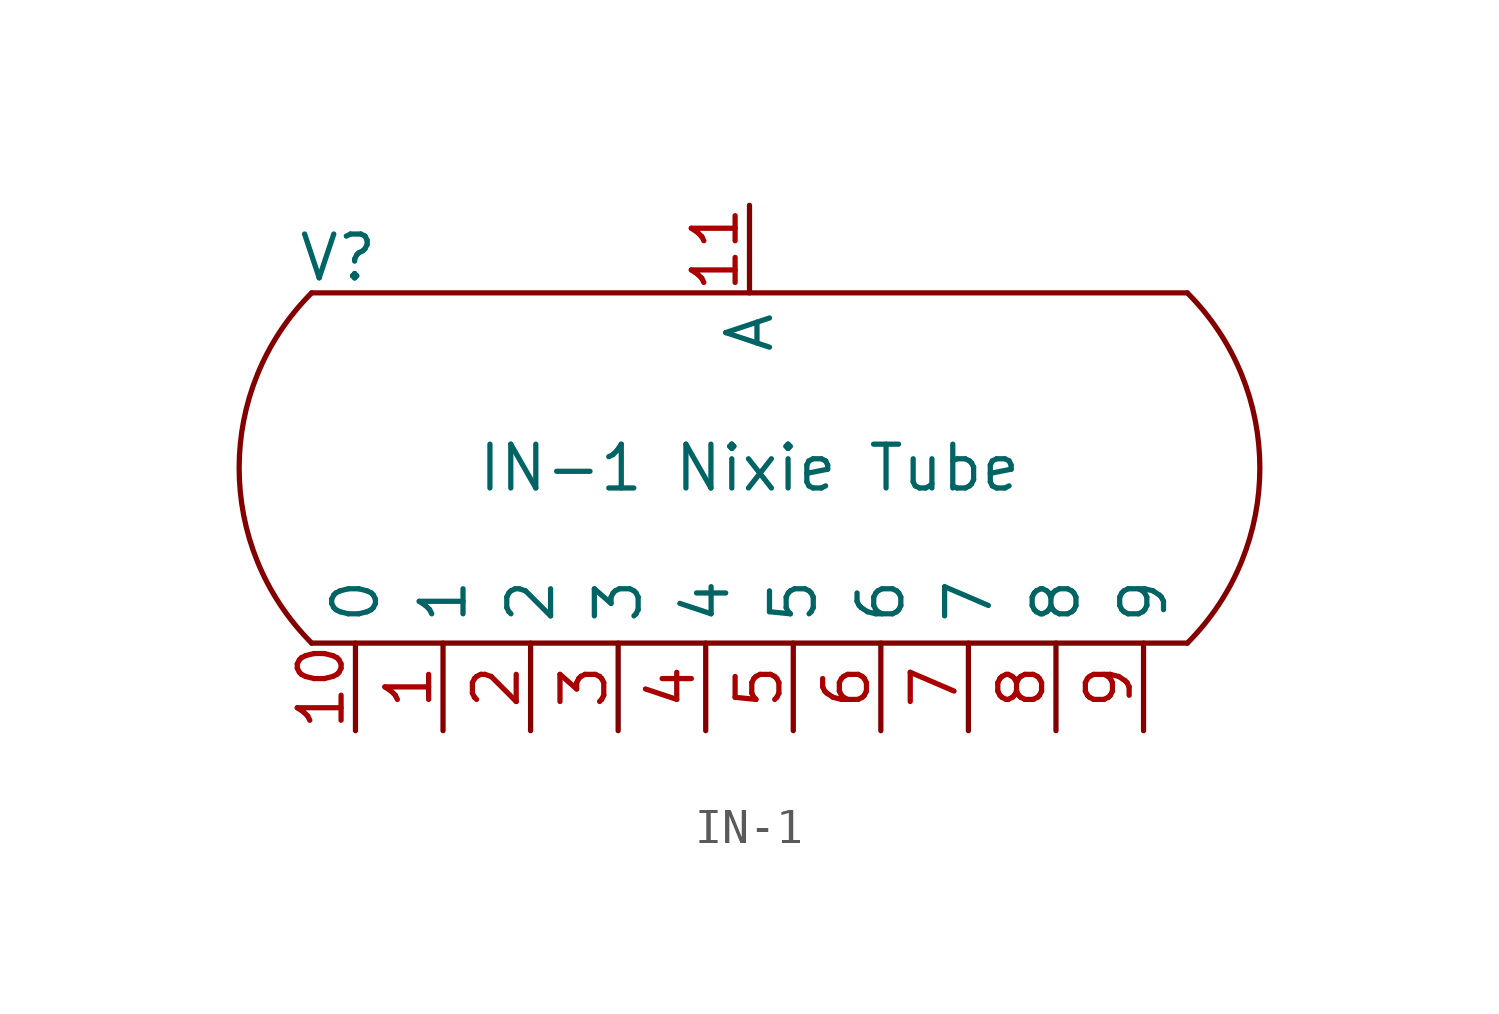
<source format=kicad_sym>
(kicad_symbol_lib
  (version 20231120)
  (generator "kicad_symbol_editor")
  (generator_version "8.0")
  (symbol "IN-1"
    (property "Reference" "V"
      (at -11.938 6.096 0)
      (do_not_autoplace)
      (effects (font (size 1.27 1.27))))
    (property "Value" "IN-1 Nixie Tube"
      (at 0 0 0)
      (do_not_autoplace)
      (effects (font (size 1.27 1.27))))
    (symbol "IN-1_0_1"
      (arc (start -12.7 5.08) (mid -14.8042 0) (end -12.7 -5.08) (stroke (width 0) (type default)) (fill (type none)))
      (polyline (pts (xy -12.7 -5.08) (xy 12.7 -5.08)) (stroke (width 0) (type default)) (fill (type none)))
      (polyline (pts (xy -12.7 5.08) (xy 12.7 5.08)) (stroke (width 0) (type default)) (fill (type none)))
      (arc (start 12.7 -5.08) (mid 14.8042 0) (end 12.7 5.08) (stroke (width 0) (type default)) (fill (type none))))
    (symbol "IN-1_1_1"
      (pin input line (at -8.89 -7.62 90) (length 2.54) (name "1" (effects (font (size 1.27 1.27)))) (number "1" (effects (font (size 1.27 1.27)))))
      (pin input line (at -11.43 -7.62 90) (length 2.54) (name "0" (effects (font (size 1.27 1.27)))) (number "10" (effects (font (size 1.27 1.27)))))
      (pin input line (at 0 7.62 270) (length 2.54) (name "A" (effects (font (size 1.27 1.27)))) (number "11" (effects (font (size 1.27 1.27)))))
      (pin input line (at -6.35 -7.62 90) (length 2.54) (name "2" (effects (font (size 1.27 1.27)))) (number "2" (effects (font (size 1.27 1.27)))))
      (pin input line (at -3.81 -7.62 90) (length 2.54) (name "3" (effects (font (size 1.27 1.27)))) (number "3" (effects (font (size 1.27 1.27)))))
      (pin input line (at -1.27 -7.62 90) (length 2.54) (name "4" (effects (font (size 1.27 1.27)))) (number "4" (effects (font (size 1.27 1.27)))))
      (pin input line (at 1.27 -7.62 90) (length 2.54) (name "5" (effects (font (size 1.27 1.27)))) (number "5" (effects (font (size 1.27 1.27)))))
      (pin input line (at 3.81 -7.62 90) (length 2.54) (name "6" (effects (font (size 1.27 1.27)))) (number "6" (effects (font (size 1.27 1.27)))))
      (pin input line (at 6.35 -7.62 90) (length 2.54) (name "7" (effects (font (size 1.27 1.27)))) (number "7" (effects (font (size 1.27 1.27)))))
      (pin input line (at 8.89 -7.62 90) (length 2.54) (name "8" (effects (font (size 1.27 1.27)))) (number "8" (effects (font (size 1.27 1.27)))))
      (pin input line (at 11.43 -7.62 90) (length 2.54) (name "9" (effects (font (size 1.27 1.27)))) (number "9" (effects (font (size 1.27 1.27))))))))
</source>
